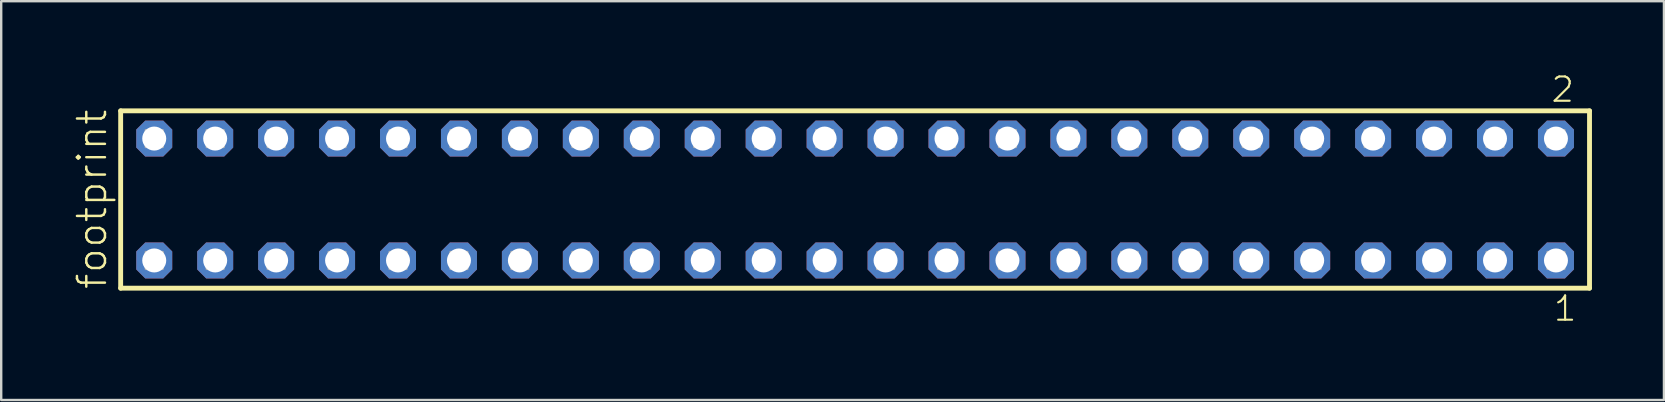
<source format=kicad_pcb>
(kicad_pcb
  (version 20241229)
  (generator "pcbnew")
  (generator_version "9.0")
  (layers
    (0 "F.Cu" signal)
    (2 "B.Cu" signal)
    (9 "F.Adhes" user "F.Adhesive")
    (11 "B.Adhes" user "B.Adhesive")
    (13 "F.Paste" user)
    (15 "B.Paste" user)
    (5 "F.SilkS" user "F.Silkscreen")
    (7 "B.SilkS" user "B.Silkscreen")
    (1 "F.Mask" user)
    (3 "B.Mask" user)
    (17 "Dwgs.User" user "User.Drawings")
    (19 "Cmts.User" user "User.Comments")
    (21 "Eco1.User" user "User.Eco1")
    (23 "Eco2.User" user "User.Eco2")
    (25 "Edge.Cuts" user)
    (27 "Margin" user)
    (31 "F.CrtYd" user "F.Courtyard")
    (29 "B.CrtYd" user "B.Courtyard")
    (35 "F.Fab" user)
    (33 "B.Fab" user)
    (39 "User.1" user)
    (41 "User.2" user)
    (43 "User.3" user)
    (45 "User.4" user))
  (footprint "footprint"
    (layer "F.Cu")
    (at 32.588 5.265)
    (property "Reference" "footprint" (at -31.115 3.81 90) (layer "F.SilkS") (effects (font (size 1.168 1.168) (thickness 0.102)) (justify left bottom)))
    (fp_line (start -30.609 -3.695) (end 30.609 -3.695) (stroke (width 0.203) (type solid)) (layer "F.SilkS"))
    (fp_line (start -30.609 3.695) (end -30.609 -3.695) (stroke (width 0.203) (type solid)) (layer "F.SilkS"))
    (fp_line (start 30.609 -3.695) (end 30.609 3.695) (stroke (width 0.203) (type solid)) (layer "F.SilkS"))
    (fp_line (start 30.609 3.695) (end -30.609 3.695) (stroke (width 0.203) (type solid)) (layer "F.SilkS"))
    (fp_poly (pts (xy -29.56 -2.19) (xy -28.86 -2.19) (xy -28.86 -2.89) (xy -29.56 -2.89)) (stroke (width 0.1) (type solid)) (fill no) (layer "F.Fab"))
    (fp_poly (pts (xy -29.56 2.89) (xy -28.86 2.89) (xy -28.86 2.19) (xy -29.56 2.19)) (stroke (width 0.1) (type solid)) (fill no) (layer "F.Fab"))
    (fp_poly (pts (xy -27.02 -2.19) (xy -26.32 -2.19) (xy -26.32 -2.89) (xy -27.02 -2.89)) (stroke (width 0.1) (type solid)) (fill no) (layer "F.Fab"))
    (fp_poly (pts (xy -27.02 2.89) (xy -26.32 2.89) (xy -26.32 2.19) (xy -27.02 2.19)) (stroke (width 0.1) (type solid)) (fill no) (layer "F.Fab"))
    (fp_poly (pts (xy -24.48 -2.19) (xy -23.78 -2.19) (xy -23.78 -2.89) (xy -24.48 -2.89)) (stroke (width 0.1) (type solid)) (fill no) (layer "F.Fab"))
    (fp_poly (pts (xy -24.48 2.89) (xy -23.78 2.89) (xy -23.78 2.19) (xy -24.48 2.19)) (stroke (width 0.1) (type solid)) (fill no) (layer "F.Fab"))
    (fp_poly (pts (xy -21.94 -2.19) (xy -21.24 -2.19) (xy -21.24 -2.89) (xy -21.94 -2.89)) (stroke (width 0.1) (type solid)) (fill no) (layer "F.Fab"))
    (fp_poly (pts (xy -21.94 2.89) (xy -21.24 2.89) (xy -21.24 2.19) (xy -21.94 2.19)) (stroke (width 0.1) (type solid)) (fill no) (layer "F.Fab"))
    (fp_poly (pts (xy -19.4 -2.19) (xy -18.7 -2.19) (xy -18.7 -2.89) (xy -19.4 -2.89)) (stroke (width 0.1) (type solid)) (fill no) (layer "F.Fab"))
    (fp_poly (pts (xy -19.4 2.89) (xy -18.7 2.89) (xy -18.7 2.19) (xy -19.4 2.19)) (stroke (width 0.1) (type solid)) (fill no) (layer "F.Fab"))
    (fp_poly (pts (xy -16.86 -2.19) (xy -16.16 -2.19) (xy -16.16 -2.89) (xy -16.86 -2.89)) (stroke (width 0.1) (type solid)) (fill no) (layer "F.Fab"))
    (fp_poly (pts (xy -16.86 2.89) (xy -16.16 2.89) (xy -16.16 2.19) (xy -16.86 2.19)) (stroke (width 0.1) (type solid)) (fill no) (layer "F.Fab"))
    (fp_poly (pts (xy -14.32 -2.19) (xy -13.62 -2.19) (xy -13.62 -2.89) (xy -14.32 -2.89)) (stroke (width 0.1) (type solid)) (fill no) (layer "F.Fab"))
    (fp_poly (pts (xy -14.32 2.89) (xy -13.62 2.89) (xy -13.62 2.19) (xy -14.32 2.19)) (stroke (width 0.1) (type solid)) (fill no) (layer "F.Fab"))
    (fp_poly (pts (xy -11.78 -2.19) (xy -11.08 -2.19) (xy -11.08 -2.89) (xy -11.78 -2.89)) (stroke (width 0.1) (type solid)) (fill no) (layer "F.Fab"))
    (fp_poly (pts (xy -11.78 2.89) (xy -11.08 2.89) (xy -11.08 2.19) (xy -11.78 2.19)) (stroke (width 0.1) (type solid)) (fill no) (layer "F.Fab"))
    (fp_poly (pts (xy -9.24 -2.19) (xy -8.54 -2.19) (xy -8.54 -2.89) (xy -9.24 -2.89)) (stroke (width 0.1) (type solid)) (fill no) (layer "F.Fab"))
    (fp_poly (pts (xy -9.24 2.89) (xy -8.54 2.89) (xy -8.54 2.19) (xy -9.24 2.19)) (stroke (width 0.1) (type solid)) (fill no) (layer "F.Fab"))
    (fp_poly (pts (xy -6.7 -2.19) (xy -6 -2.19) (xy -6 -2.89) (xy -6.7 -2.89)) (stroke (width 0.1) (type solid)) (fill no) (layer "F.Fab"))
    (fp_poly (pts (xy -6.7 2.89) (xy -6 2.89) (xy -6 2.19) (xy -6.7 2.19)) (stroke (width 0.1) (type solid)) (fill no) (layer "F.Fab"))
    (fp_poly (pts (xy -4.16 -2.19) (xy -3.46 -2.19) (xy -3.46 -2.89) (xy -4.16 -2.89)) (stroke (width 0.1) (type solid)) (fill no) (layer "F.Fab"))
    (fp_poly (pts (xy -4.16 2.89) (xy -3.46 2.89) (xy -3.46 2.19) (xy -4.16 2.19)) (stroke (width 0.1) (type solid)) (fill no) (layer "F.Fab"))
    (fp_poly (pts (xy -1.62 -2.19) (xy -0.92 -2.19) (xy -0.92 -2.89) (xy -1.62 -2.89)) (stroke (width 0.1) (type solid)) (fill no) (layer "F.Fab"))
    (fp_poly (pts (xy -1.62 2.89) (xy -0.92 2.89) (xy -0.92 2.19) (xy -1.62 2.19)) (stroke (width 0.1) (type solid)) (fill no) (layer "F.Fab"))
    (fp_poly (pts (xy 0.92 -2.19) (xy 1.62 -2.19) (xy 1.62 -2.89) (xy 0.92 -2.89)) (stroke (width 0.1) (type solid)) (fill no) (layer "F.Fab"))
    (fp_poly (pts (xy 0.92 2.89) (xy 1.62 2.89) (xy 1.62 2.19) (xy 0.92 2.19)) (stroke (width 0.1) (type solid)) (fill no) (layer "F.Fab"))
    (fp_poly (pts (xy 3.46 -2.19) (xy 4.16 -2.19) (xy 4.16 -2.89) (xy 3.46 -2.89)) (stroke (width 0.1) (type solid)) (fill no) (layer "F.Fab"))
    (fp_poly (pts (xy 3.46 2.89) (xy 4.16 2.89) (xy 4.16 2.19) (xy 3.46 2.19)) (stroke (width 0.1) (type solid)) (fill no) (layer "F.Fab"))
    (fp_poly (pts (xy 6 -2.19) (xy 6.7 -2.19) (xy 6.7 -2.89) (xy 6 -2.89)) (stroke (width 0.1) (type solid)) (fill no) (layer "F.Fab"))
    (fp_poly (pts (xy 6 2.89) (xy 6.7 2.89) (xy 6.7 2.19) (xy 6 2.19)) (stroke (width 0.1) (type solid)) (fill no) (layer "F.Fab"))
    (fp_poly (pts (xy 8.54 -2.19) (xy 9.24 -2.19) (xy 9.24 -2.89) (xy 8.54 -2.89)) (stroke (width 0.1) (type solid)) (fill no) (layer "F.Fab"))
    (fp_poly (pts (xy 8.54 2.89) (xy 9.24 2.89) (xy 9.24 2.19) (xy 8.54 2.19)) (stroke (width 0.1) (type solid)) (fill no) (layer "F.Fab"))
    (fp_poly (pts (xy 11.08 -2.19) (xy 11.78 -2.19) (xy 11.78 -2.89) (xy 11.08 -2.89)) (stroke (width 0.1) (type solid)) (fill no) (layer "F.Fab"))
    (fp_poly (pts (xy 11.08 2.89) (xy 11.78 2.89) (xy 11.78 2.19) (xy 11.08 2.19)) (stroke (width 0.1) (type solid)) (fill no) (layer "F.Fab"))
    (fp_poly (pts (xy 13.62 -2.19) (xy 14.32 -2.19) (xy 14.32 -2.89) (xy 13.62 -2.89)) (stroke (width 0.1) (type solid)) (fill no) (layer "F.Fab"))
    (fp_poly (pts (xy 13.62 2.89) (xy 14.32 2.89) (xy 14.32 2.19) (xy 13.62 2.19)) (stroke (width 0.1) (type solid)) (fill no) (layer "F.Fab"))
    (fp_poly (pts (xy 16.16 -2.19) (xy 16.86 -2.19) (xy 16.86 -2.89) (xy 16.16 -2.89)) (stroke (width 0.1) (type solid)) (fill no) (layer "F.Fab"))
    (fp_poly (pts (xy 16.16 2.89) (xy 16.86 2.89) (xy 16.86 2.19) (xy 16.16 2.19)) (stroke (width 0.1) (type solid)) (fill no) (layer "F.Fab"))
    (fp_poly (pts (xy 18.7 -2.19) (xy 19.4 -2.19) (xy 19.4 -2.89) (xy 18.7 -2.89)) (stroke (width 0.1) (type solid)) (fill no) (layer "F.Fab"))
    (fp_poly (pts (xy 18.7 2.89) (xy 19.4 2.89) (xy 19.4 2.19) (xy 18.7 2.19)) (stroke (width 0.1) (type solid)) (fill no) (layer "F.Fab"))
    (fp_poly (pts (xy 21.24 -2.19) (xy 21.94 -2.19) (xy 21.94 -2.89) (xy 21.24 -2.89)) (stroke (width 0.1) (type solid)) (fill no) (layer "F.Fab"))
    (fp_poly (pts (xy 21.24 2.89) (xy 21.94 2.89) (xy 21.94 2.19) (xy 21.24 2.19)) (stroke (width 0.1) (type solid)) (fill no) (layer "F.Fab"))
    (fp_poly (pts (xy 23.78 -2.19) (xy 24.48 -2.19) (xy 24.48 -2.89) (xy 23.78 -2.89)) (stroke (width 0.1) (type solid)) (fill no) (layer "F.Fab"))
    (fp_poly (pts (xy 23.78 2.89) (xy 24.48 2.89) (xy 24.48 2.19) (xy 23.78 2.19)) (stroke (width 0.1) (type solid)) (fill no) (layer "F.Fab"))
    (fp_poly (pts (xy 26.32 -2.19) (xy 27.02 -2.19) (xy 27.02 -2.89) (xy 26.32 -2.89)) (stroke (width 0.1) (type solid)) (fill no) (layer "F.Fab"))
    (fp_poly (pts (xy 26.32 2.89) (xy 27.02 2.89) (xy 27.02 2.19) (xy 26.32 2.19)) (stroke (width 0.1) (type solid)) (fill no) (layer "F.Fab"))
    (fp_poly (pts (xy 28.86 -2.19) (xy 29.56 -2.19) (xy 29.56 -2.89) (xy 28.86 -2.89)) (stroke (width 0.1) (type solid)) (fill no) (layer "F.Fab"))
    (fp_poly (pts (xy 28.86 2.89) (xy 29.56 2.89) (xy 29.56 2.19) (xy 28.86 2.19)) (stroke (width 0.1) (type solid)) (fill no) (layer "F.Fab"))
    (fp_text user "2" (at 28.952 -3.989 0) (layer "F.SilkS") (effects (font (size 1.012 1.012) (thickness 0.088)) (justify left bottom)))
    (fp_text user "1" (at 29.052 5.138 0) (layer "F.SilkS") (effects (font (size 1.012 1.012) (thickness 0.088)) (justify left bottom)))
    (pad "1" thru_hole roundrect (at 29.21 2.54 180) (size 1.5 1.5) (drill 1) (layers "*.Cu" "*.Mask") (roundrect_rratio 0.25) (chamfer_ratio 0.25) (chamfer top_left top_right bottom_left bottom_right))
    (pad "2" thru_hole roundrect (at 29.21 -2.54 180) (size 1.5 1.5) (drill 1) (layers "*.Cu" "*.Mask") (roundrect_rratio 0.25) (chamfer_ratio 0.25) (chamfer top_left top_right bottom_left bottom_right))
    (pad "3" thru_hole roundrect (at 26.67 2.54 180) (size 1.5 1.5) (drill 1) (layers "*.Cu" "*.Mask") (roundrect_rratio 0.25) (chamfer_ratio 0.25) (chamfer top_left top_right bottom_left bottom_right))
    (pad "4" thru_hole roundrect (at 26.67 -2.54 180) (size 1.5 1.5) (drill 1) (layers "*.Cu" "*.Mask") (roundrect_rratio 0.25) (chamfer_ratio 0.25) (chamfer top_left top_right bottom_left bottom_right))
    (pad "5" thru_hole roundrect (at 24.13 2.54 180) (size 1.5 1.5) (drill 1) (layers "*.Cu" "*.Mask") (roundrect_rratio 0.25) (chamfer_ratio 0.25) (chamfer top_left top_right bottom_left bottom_right))
    (pad "6" thru_hole roundrect (at 24.13 -2.54 180) (size 1.5 1.5) (drill 1) (layers "*.Cu" "*.Mask") (roundrect_rratio 0.25) (chamfer_ratio 0.25) (chamfer top_left top_right bottom_left bottom_right))
    (pad "7" thru_hole roundrect (at 21.59 2.54 180) (size 1.5 1.5) (drill 1) (layers "*.Cu" "*.Mask") (roundrect_rratio 0.25) (chamfer_ratio 0.25) (chamfer top_left top_right bottom_left bottom_right))
    (pad "8" thru_hole roundrect (at 21.59 -2.54 180) (size 1.5 1.5) (drill 1) (layers "*.Cu" "*.Mask") (roundrect_rratio 0.25) (chamfer_ratio 0.25) (chamfer top_left top_right bottom_left bottom_right))
    (pad "9" thru_hole roundrect (at 19.05 2.54 180) (size 1.5 1.5) (drill 1) (layers "*.Cu" "*.Mask") (roundrect_rratio 0.25) (chamfer_ratio 0.25) (chamfer top_left top_right bottom_left bottom_right))
    (pad "10" thru_hole roundrect (at 19.05 -2.54 180) (size 1.5 1.5) (drill 1) (layers "*.Cu" "*.Mask") (roundrect_rratio 0.25) (chamfer_ratio 0.25) (chamfer top_left top_right bottom_left bottom_right))
    (pad "11" thru_hole roundrect (at 16.51 2.54 180) (size 1.5 1.5) (drill 1) (layers "*.Cu" "*.Mask") (roundrect_rratio 0.25) (chamfer_ratio 0.25) (chamfer top_left top_right bottom_left bottom_right))
    (pad "12" thru_hole roundrect (at 16.51 -2.54 180) (size 1.5 1.5) (drill 1) (layers "*.Cu" "*.Mask") (roundrect_rratio 0.25) (chamfer_ratio 0.25) (chamfer top_left top_right bottom_left bottom_right))
    (pad "13" thru_hole roundrect (at 13.97 2.54 180) (size 1.5 1.5) (drill 1) (layers "*.Cu" "*.Mask") (roundrect_rratio 0.25) (chamfer_ratio 0.25) (chamfer top_left top_right bottom_left bottom_right))
    (pad "14" thru_hole roundrect (at 13.97 -2.54 180) (size 1.5 1.5) (drill 1) (layers "*.Cu" "*.Mask") (roundrect_rratio 0.25) (chamfer_ratio 0.25) (chamfer top_left top_right bottom_left bottom_right))
    (pad "15" thru_hole roundrect (at 11.43 2.54 180) (size 1.5 1.5) (drill 1) (layers "*.Cu" "*.Mask") (roundrect_rratio 0.25) (chamfer_ratio 0.25) (chamfer top_left top_right bottom_left bottom_right))
    (pad "16" thru_hole roundrect (at 11.43 -2.54 180) (size 1.5 1.5) (drill 1) (layers "*.Cu" "*.Mask") (roundrect_rratio 0.25) (chamfer_ratio 0.25) (chamfer top_left top_right bottom_left bottom_right))
    (pad "17" thru_hole roundrect (at 8.89 2.54 180) (size 1.5 1.5) (drill 1) (layers "*.Cu" "*.Mask") (roundrect_rratio 0.25) (chamfer_ratio 0.25) (chamfer top_left top_right bottom_left bottom_right))
    (pad "18" thru_hole roundrect (at 8.89 -2.54 180) (size 1.5 1.5) (drill 1) (layers "*.Cu" "*.Mask") (roundrect_rratio 0.25) (chamfer_ratio 0.25) (chamfer top_left top_right bottom_left bottom_right))
    (pad "19" thru_hole roundrect (at 6.35 2.54 180) (size 1.5 1.5) (drill 1) (layers "*.Cu" "*.Mask") (roundrect_rratio 0.25) (chamfer_ratio 0.25) (chamfer top_left top_right bottom_left bottom_right))
    (pad "20" thru_hole roundrect (at 6.35 -2.54 180) (size 1.5 1.5) (drill 1) (layers "*.Cu" "*.Mask") (roundrect_rratio 0.25) (chamfer_ratio 0.25) (chamfer top_left top_right bottom_left bottom_right))
    (pad "21" thru_hole roundrect (at 3.81 2.54 180) (size 1.5 1.5) (drill 1) (layers "*.Cu" "*.Mask") (roundrect_rratio 0.25) (chamfer_ratio 0.25) (chamfer top_left top_right bottom_left bottom_right))
    (pad "22" thru_hole roundrect (at 3.81 -2.54 180) (size 1.5 1.5) (drill 1) (layers "*.Cu" "*.Mask") (roundrect_rratio 0.25) (chamfer_ratio 0.25) (chamfer top_left top_right bottom_left bottom_right))
    (pad "23" thru_hole roundrect (at 1.27 2.54 180) (size 1.5 1.5) (drill 1) (layers "*.Cu" "*.Mask") (roundrect_rratio 0.25) (chamfer_ratio 0.25) (chamfer top_left top_right bottom_left bottom_right))
    (pad "24" thru_hole roundrect (at 1.27 -2.54 180) (size 1.5 1.5) (drill 1) (layers "*.Cu" "*.Mask") (roundrect_rratio 0.25) (chamfer_ratio 0.25) (chamfer top_left top_right bottom_left bottom_right))
    (pad "25" thru_hole roundrect (at -1.27 2.54 180) (size 1.5 1.5) (drill 1) (layers "*.Cu" "*.Mask") (roundrect_rratio 0.25) (chamfer_ratio 0.25) (chamfer top_left top_right bottom_left bottom_right))
    (pad "26" thru_hole roundrect (at -1.27 -2.54 180) (size 1.5 1.5) (drill 1) (layers "*.Cu" "*.Mask") (roundrect_rratio 0.25) (chamfer_ratio 0.25) (chamfer top_left top_right bottom_left bottom_right))
    (pad "27" thru_hole roundrect (at -3.81 2.54 180) (size 1.5 1.5) (drill 1) (layers "*.Cu" "*.Mask") (roundrect_rratio 0.25) (chamfer_ratio 0.25) (chamfer top_left top_right bottom_left bottom_right))
    (pad "28" thru_hole roundrect (at -3.81 -2.54 180) (size 1.5 1.5) (drill 1) (layers "*.Cu" "*.Mask") (roundrect_rratio 0.25) (chamfer_ratio 0.25) (chamfer top_left top_right bottom_left bottom_right))
    (pad "29" thru_hole roundrect (at -6.35 2.54 180) (size 1.5 1.5) (drill 1) (layers "*.Cu" "*.Mask") (roundrect_rratio 0.25) (chamfer_ratio 0.25) (chamfer top_left top_right bottom_left bottom_right))
    (pad "30" thru_hole roundrect (at -6.35 -2.54 180) (size 1.5 1.5) (drill 1) (layers "*.Cu" "*.Mask") (roundrect_rratio 0.25) (chamfer_ratio 0.25) (chamfer top_left top_right bottom_left bottom_right))
    (pad "31" thru_hole roundrect (at -8.89 2.54 180) (size 1.5 1.5) (drill 1) (layers "*.Cu" "*.Mask") (roundrect_rratio 0.25) (chamfer_ratio 0.25) (chamfer top_left top_right bottom_left bottom_right))
    (pad "32" thru_hole roundrect (at -8.89 -2.54 180) (size 1.5 1.5) (drill 1) (layers "*.Cu" "*.Mask") (roundrect_rratio 0.25) (chamfer_ratio 0.25) (chamfer top_left top_right bottom_left bottom_right))
    (pad "33" thru_hole roundrect (at -11.43 2.54 180) (size 1.5 1.5) (drill 1) (layers "*.Cu" "*.Mask") (roundrect_rratio 0.25) (chamfer_ratio 0.25) (chamfer top_left top_right bottom_left bottom_right))
    (pad "34" thru_hole roundrect (at -11.43 -2.54 180) (size 1.5 1.5) (drill 1) (layers "*.Cu" "*.Mask") (roundrect_rratio 0.25) (chamfer_ratio 0.25) (chamfer top_left top_right bottom_left bottom_right))
    (pad "35" thru_hole roundrect (at -13.97 2.54 180) (size 1.5 1.5) (drill 1) (layers "*.Cu" "*.Mask") (roundrect_rratio 0.25) (chamfer_ratio 0.25) (chamfer top_left top_right bottom_left bottom_right))
    (pad "36" thru_hole roundrect (at -13.97 -2.54 180) (size 1.5 1.5) (drill 1) (layers "*.Cu" "*.Mask") (roundrect_rratio 0.25) (chamfer_ratio 0.25) (chamfer top_left top_right bottom_left bottom_right))
    (pad "37" thru_hole roundrect (at -16.51 2.54 180) (size 1.5 1.5) (drill 1) (layers "*.Cu" "*.Mask") (roundrect_rratio 0.25) (chamfer_ratio 0.25) (chamfer top_left top_right bottom_left bottom_right))
    (pad "38" thru_hole roundrect (at -16.51 -2.54 180) (size 1.5 1.5) (drill 1) (layers "*.Cu" "*.Mask") (roundrect_rratio 0.25) (chamfer_ratio 0.25) (chamfer top_left top_right bottom_left bottom_right))
    (pad "39" thru_hole roundrect (at -19.05 2.54 180) (size 1.5 1.5) (drill 1) (layers "*.Cu" "*.Mask") (roundrect_rratio 0.25) (chamfer_ratio 0.25) (chamfer top_left top_right bottom_left bottom_right))
    (pad "40" thru_hole roundrect (at -19.05 -2.54 180) (size 1.5 1.5) (drill 1) (layers "*.Cu" "*.Mask") (roundrect_rratio 0.25) (chamfer_ratio 0.25) (chamfer top_left top_right bottom_left bottom_right))
    (pad "41" thru_hole roundrect (at -21.59 2.54 180) (size 1.5 1.5) (drill 1) (layers "*.Cu" "*.Mask") (roundrect_rratio 0.25) (chamfer_ratio 0.25) (chamfer top_left top_right bottom_left bottom_right))
    (pad "42" thru_hole roundrect (at -21.59 -2.54 180) (size 1.5 1.5) (drill 1) (layers "*.Cu" "*.Mask") (roundrect_rratio 0.25) (chamfer_ratio 0.25) (chamfer top_left top_right bottom_left bottom_right))
    (pad "43" thru_hole roundrect (at -24.13 2.54 180) (size 1.5 1.5) (drill 1) (layers "*.Cu" "*.Mask") (roundrect_rratio 0.25) (chamfer_ratio 0.25) (chamfer top_left top_right bottom_left bottom_right))
    (pad "44" thru_hole roundrect (at -24.13 -2.54 180) (size 1.5 1.5) (drill 1) (layers "*.Cu" "*.Mask") (roundrect_rratio 0.25) (chamfer_ratio 0.25) (chamfer top_left top_right bottom_left bottom_right))
    (pad "45" thru_hole roundrect (at -26.67 2.54 180) (size 1.5 1.5) (drill 1) (layers "*.Cu" "*.Mask") (roundrect_rratio 0.25) (chamfer_ratio 0.25) (chamfer top_left top_right bottom_left bottom_right))
    (pad "46" thru_hole roundrect (at -26.67 -2.54 180) (size 1.5 1.5) (drill 1) (layers "*.Cu" "*.Mask") (roundrect_rratio 0.25) (chamfer_ratio 0.25) (chamfer top_left top_right bottom_left bottom_right))
    (pad "47" thru_hole roundrect (at -29.21 2.54 180) (size 1.5 1.5) (drill 1) (layers "*.Cu" "*.Mask") (roundrect_rratio 0.25) (chamfer_ratio 0.25) (chamfer top_left top_right bottom_left bottom_right))
    (pad "48" thru_hole roundrect (at -29.21 -2.54 180) (size 1.5 1.5) (drill 1) (layers "*.Cu" "*.Mask") (roundrect_rratio 0.25) (chamfer_ratio 0.25) (chamfer top_left top_right bottom_left bottom_right)))
  (gr_rect
    (start -3 -3)
    (end 66.299 13.62)
    (stroke (width 0.1) (type default))
    (fill no)
    (layer "Edge.Cuts")))
</source>
